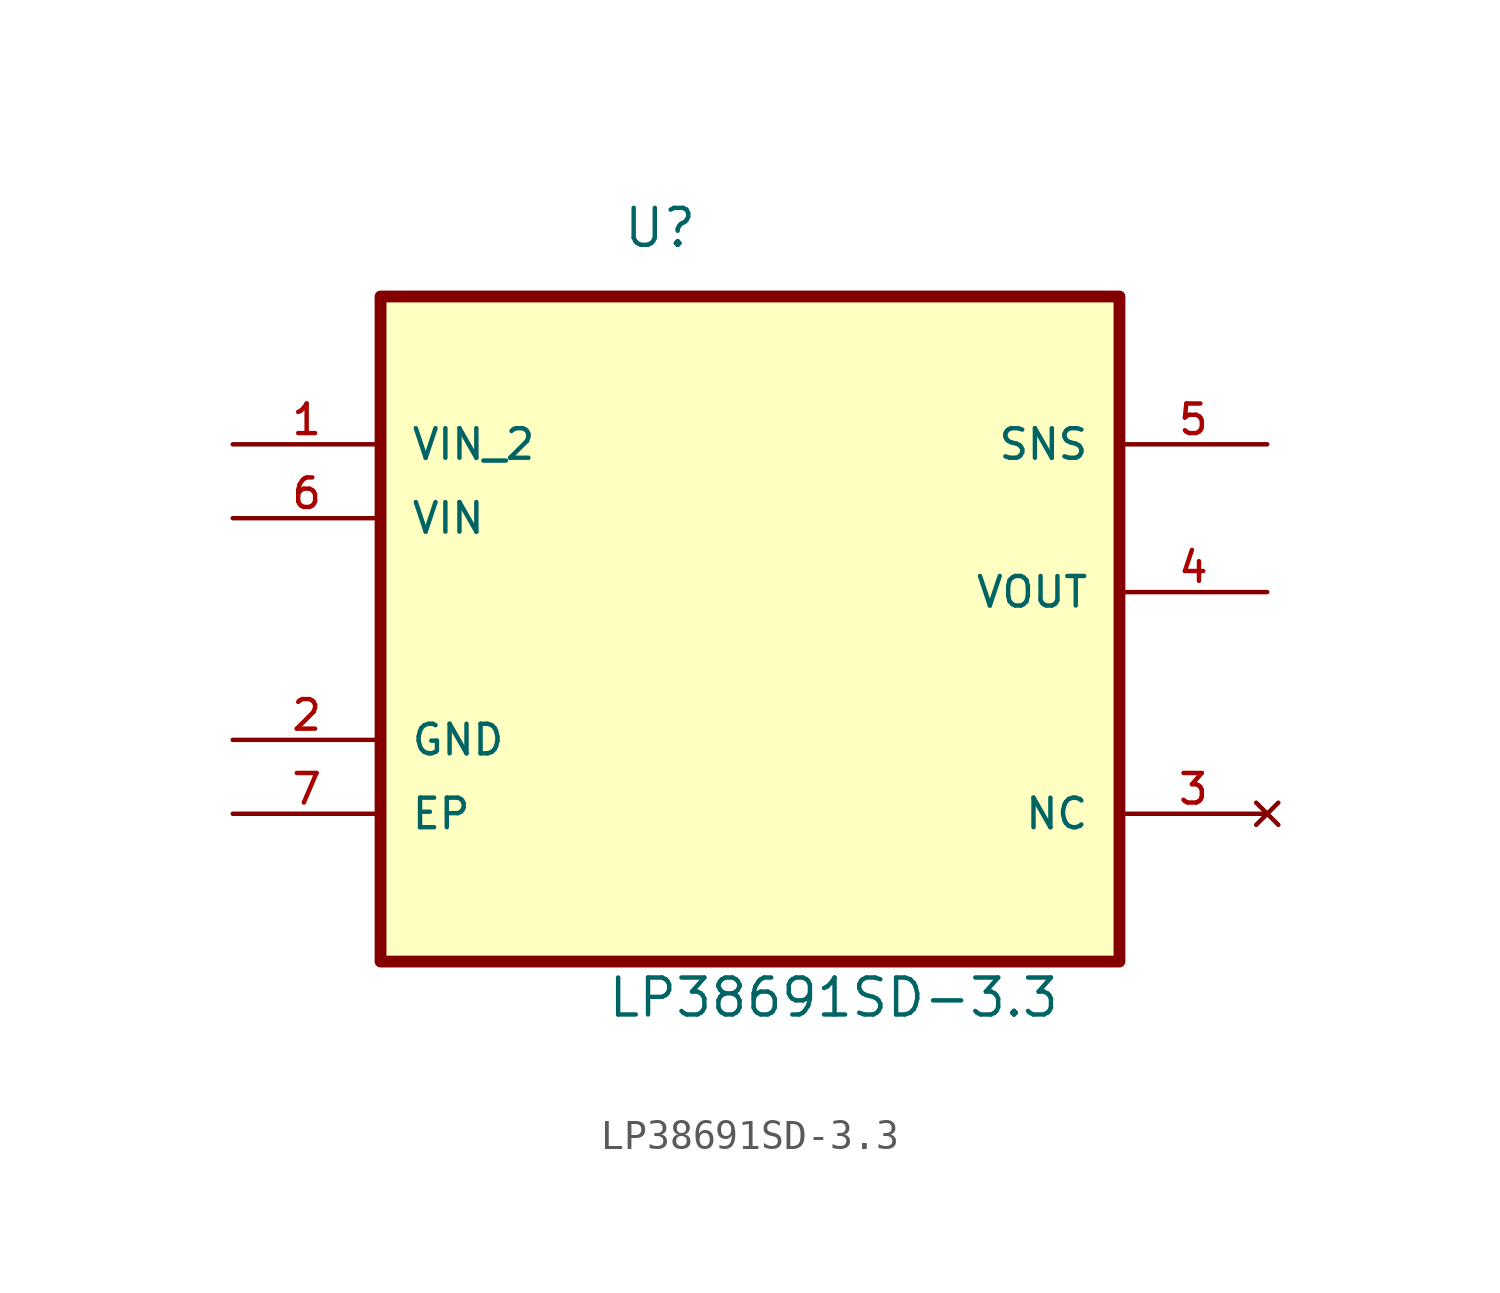
<source format=kicad_sym>
(kicad_symbol_lib
  (version 20211014)
  (generator kicad_symbol_editor)
  (symbol "LP38691SD-3.3"
    (pin_names
      (offset 1.016))
    (property "Reference" "U"
      (at -4.401 9.234 0.0)
      (effects (font (size 1.27 1.27)) (justify bottom left)))
    (property "Value" "LP38691SD-3.3"
      (at -4.935 -17.222 0.0)
      (effects (font (size 1.27 1.27)) (justify bottom left)))
    (symbol "LP38691SD-3.3_0_0"
      (rectangle (start -12.7 -15.24) (end 12.7 7.62) (stroke (width 0.406)) (fill (type background)))
      (pin input line (at -17.78 2.54 0) (length 5.08) (name "VIN_2" (effects (font (size 1.016 1.016)))) (number "1" (effects (font (size 1.016 1.016)))))
      (pin input line (at -17.78 0.0 0) (length 5.08) (name "VIN" (effects (font (size 1.016 1.016)))) (number "6" (effects (font (size 1.016 1.016)))))
      (pin passive line (at -17.78 -7.62 0) (length 5.08) (name "GND" (effects (font (size 1.016 1.016)))) (number "2" (effects (font (size 1.016 1.016)))))
      (pin passive line (at -17.78 -10.16 0) (length 5.08) (name "EP" (effects (font (size 1.016 1.016)))) (number "7" (effects (font (size 1.016 1.016)))))
      (pin no_connect line (at 17.78 -10.16 180.0) (length 5.08) (name "NC" (effects (font (size 1.016 1.016)))) (number "3" (effects (font (size 1.016 1.016)))))
      (pin output line (at 17.78 -2.54 180.0) (length 5.08) (name "VOUT" (effects (font (size 1.016 1.016)))) (number "4" (effects (font (size 1.016 1.016)))))
      (pin passive line (at 17.78 2.54 180.0) (length 5.08) (name "SNS" (effects (font (size 1.016 1.016)))) (number "5" (effects (font (size 1.016 1.016))))))))
</source>
